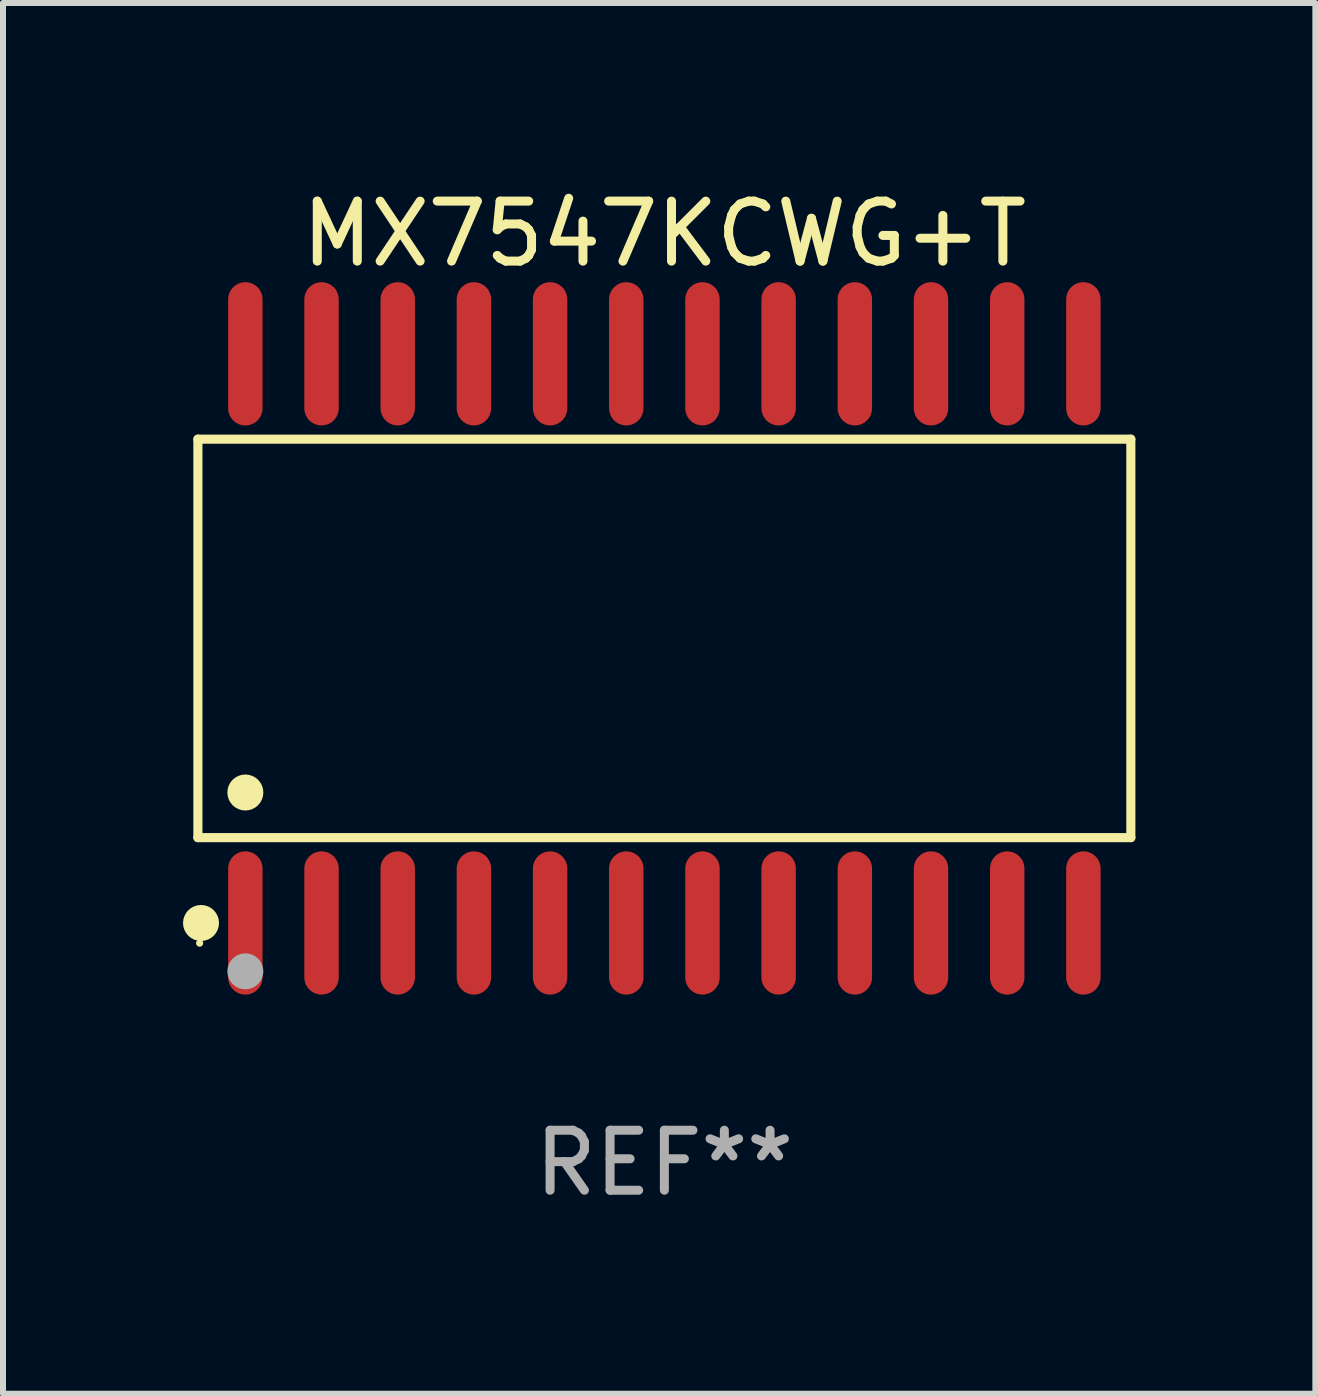
<source format=kicad_pcb>
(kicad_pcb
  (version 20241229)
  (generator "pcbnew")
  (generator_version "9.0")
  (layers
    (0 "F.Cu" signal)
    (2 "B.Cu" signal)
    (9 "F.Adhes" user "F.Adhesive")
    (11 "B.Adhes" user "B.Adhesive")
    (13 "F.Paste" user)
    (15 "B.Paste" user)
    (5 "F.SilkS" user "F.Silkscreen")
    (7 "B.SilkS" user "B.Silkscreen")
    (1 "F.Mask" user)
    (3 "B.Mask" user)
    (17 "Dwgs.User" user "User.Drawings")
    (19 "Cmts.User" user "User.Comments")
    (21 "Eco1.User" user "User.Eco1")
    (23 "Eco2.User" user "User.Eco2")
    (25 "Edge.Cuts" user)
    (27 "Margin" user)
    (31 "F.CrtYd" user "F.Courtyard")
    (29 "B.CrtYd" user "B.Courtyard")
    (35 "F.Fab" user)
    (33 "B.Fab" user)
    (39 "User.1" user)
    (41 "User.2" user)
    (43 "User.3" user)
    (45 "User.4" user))
  (footprint "MX7547KCWG+T"
    (layer "F.Cu")
    (at 8.025 7.592)
    (property "Reference" "MX7547KCWG+T" (at 0 -6.744 0) (layer "F.SilkS") (effects (font (size 1 1) (thickness 0.15))))
    (attr through_hole)
    (fp_line (start -7.776 -3.321) (end 7.776 -3.321) (stroke (width 0.152) (type solid)) (layer "F.SilkS"))
    (fp_line (start -7.776 3.321) (end -7.776 -3.321) (stroke (width 0.152) (type solid)) (layer "F.SilkS"))
    (fp_line (start 7.776 -3.321) (end 7.776 3.321) (stroke (width 0.152) (type solid)) (layer "F.SilkS"))
    (fp_line (start 7.776 3.321) (end -7.776 3.321) (stroke (width 0.152) (type solid)) (layer "F.SilkS"))
    (fp_circle (center -7.747 5.08) (end -7.717 5.08) (stroke (width 0.06) (type solid)) (fill no) (layer "F.SilkS"))
    (fp_circle (center -7.724 4.744) (end -7.574 4.744) (stroke (width 0.3) (type solid)) (fill no) (layer "F.SilkS"))
    (fp_circle (center -6.985 2.569) (end -6.835 2.569) (stroke (width 0.3) (type solid)) (fill no) (layer "F.SilkS"))
    (fp_circle (center -6.985 5.55) (end -6.835 5.55) (stroke (width 0.3) (type solid)) (fill no) (layer "F.Fab"))
    (fp_text user "REF**" (at 0 8.744 0) (layer "F.Fab") (effects (font (size 1 1) (thickness 0.15))))
    (pad "1" smd oval (at -6.985 4.744) (size 0.574 2.388) (layers "F.Cu" "F.Mask" "F.Paste"))
    (pad "2" smd oval (at -5.715 4.744) (size 0.574 2.388) (layers "F.Cu" "F.Mask" "F.Paste"))
    (pad "3" smd oval (at -4.445 4.744) (size 0.574 2.388) (layers "F.Cu" "F.Mask" "F.Paste"))
    (pad "4" smd oval (at -3.175 4.744) (size 0.574 2.388) (layers "F.Cu" "F.Mask" "F.Paste"))
    (pad "5" smd oval (at -1.905 4.744) (size 0.574 2.388) (layers "F.Cu" "F.Mask" "F.Paste"))
    (pad "6" smd oval (at -0.635 4.744) (size 0.574 2.388) (layers "F.Cu" "F.Mask" "F.Paste"))
    (pad "7" smd oval (at 0.635 4.744) (size 0.574 2.388) (layers "F.Cu" "F.Mask" "F.Paste"))
    (pad "8" smd oval (at 1.905 4.744) (size 0.574 2.388) (layers "F.Cu" "F.Mask" "F.Paste"))
    (pad "9" smd oval (at 3.175 4.744) (size 0.574 2.388) (layers "F.Cu" "F.Mask" "F.Paste"))
    (pad "10" smd oval (at 4.445 4.744) (size 0.574 2.388) (layers "F.Cu" "F.Mask" "F.Paste"))
    (pad "11" smd oval (at 5.715 4.744) (size 0.574 2.388) (layers "F.Cu" "F.Mask" "F.Paste"))
    (pad "12" smd oval (at 6.985 4.744) (size 0.574 2.388) (layers "F.Cu" "F.Mask" "F.Paste"))
    (pad "13" smd oval (at 6.985 -4.744) (size 0.574 2.388) (layers "F.Cu" "F.Mask" "F.Paste"))
    (pad "14" smd oval (at 5.715 -4.744) (size 0.574 2.388) (layers "F.Cu" "F.Mask" "F.Paste"))
    (pad "15" smd oval (at 4.445 -4.744) (size 0.574 2.388) (layers "F.Cu" "F.Mask" "F.Paste"))
    (pad "16" smd oval (at 3.175 -4.744) (size 0.574 2.388) (layers "F.Cu" "F.Mask" "F.Paste"))
    (pad "17" smd oval (at 1.905 -4.744) (size 0.574 2.388) (layers "F.Cu" "F.Mask" "F.Paste"))
    (pad "18" smd oval (at 0.635 -4.744) (size 0.574 2.388) (layers "F.Cu" "F.Mask" "F.Paste"))
    (pad "19" smd oval (at -0.635 -4.744) (size 0.574 2.388) (layers "F.Cu" "F.Mask" "F.Paste"))
    (pad "20" smd oval (at -1.905 -4.744) (size 0.574 2.388) (layers "F.Cu" "F.Mask" "F.Paste"))
    (pad "21" smd oval (at -3.175 -4.744) (size 0.574 2.388) (layers "F.Cu" "F.Mask" "F.Paste"))
    (pad "22" smd oval (at -4.445 -4.744) (size 0.574 2.388) (layers "F.Cu" "F.Mask" "F.Paste"))
    (pad "23" smd oval (at -5.715 -4.744) (size 0.574 2.388) (layers "F.Cu" "F.Mask" "F.Paste"))
    (pad "24" smd oval (at -6.985 -4.744) (size 0.574 2.388) (layers "F.Cu" "F.Mask" "F.Paste")))
  (gr_rect
    (start -3 -3)
    (end 18.877 20.184)
    (stroke (width 0.1) (type default))
    (fill no)
    (layer "Edge.Cuts")))
</source>
